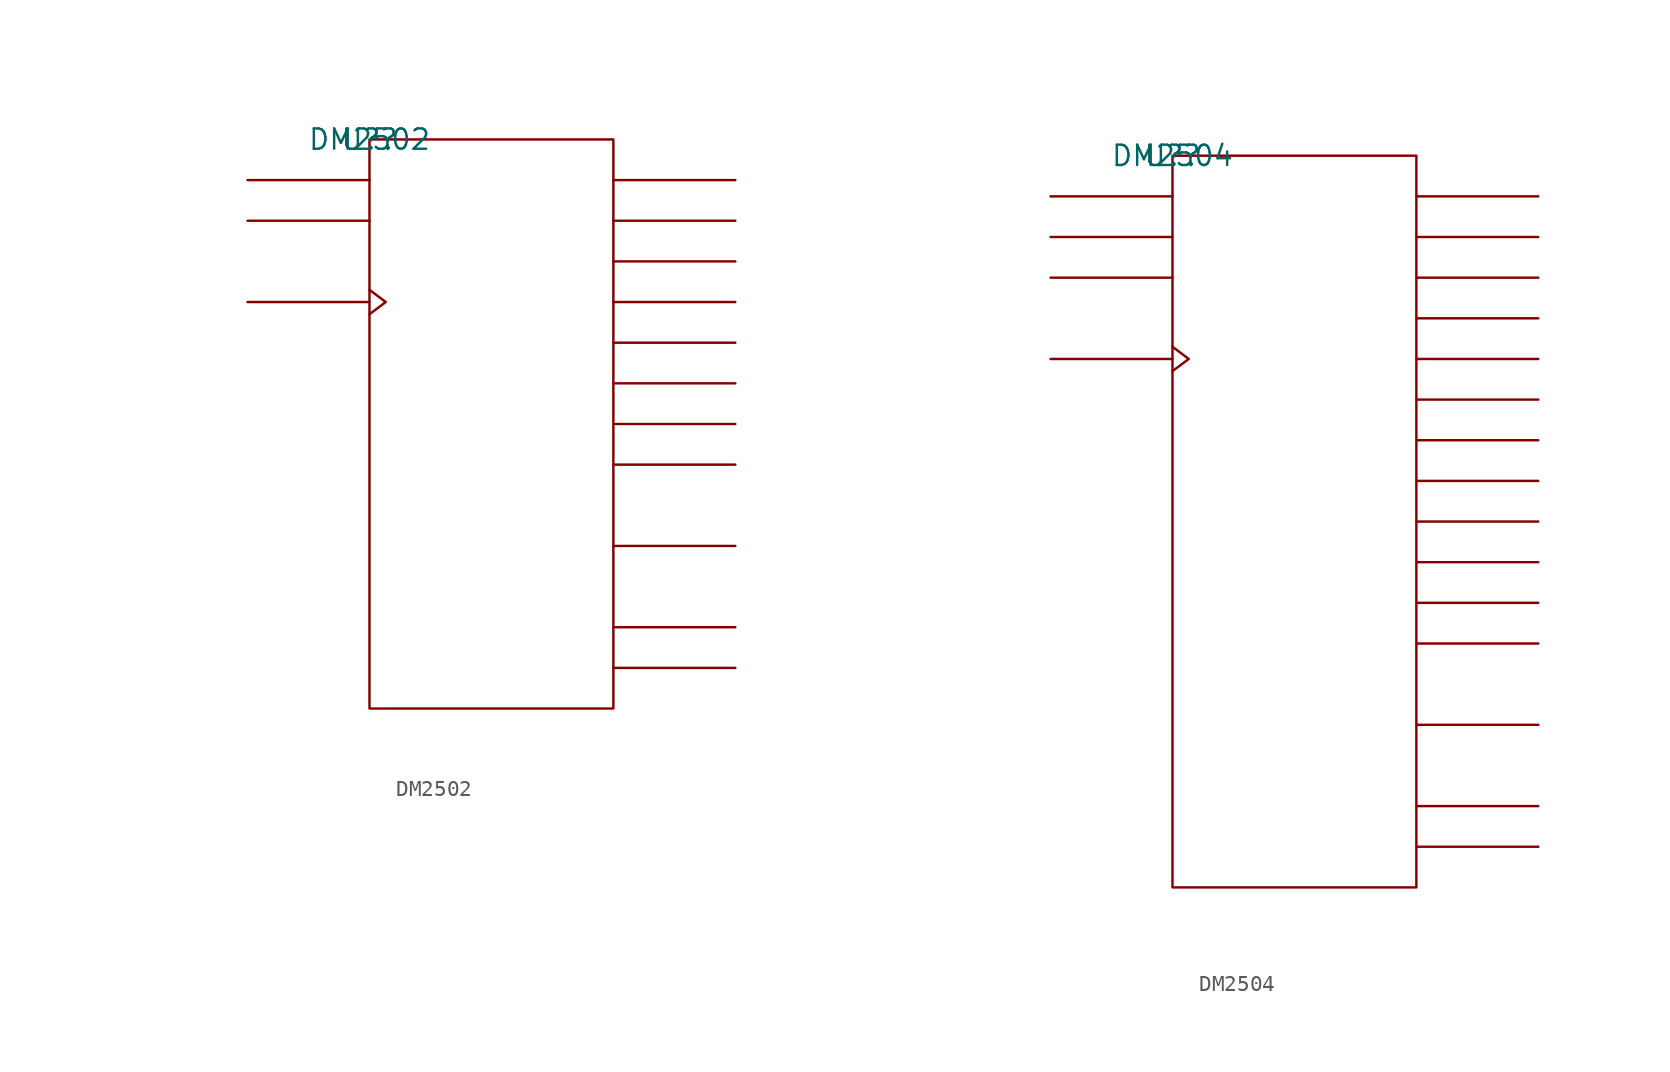
<source format=kicad_sym>
(kicad_symbol_lib
  (version 20211014)
  (generator kicad_symbol_editor)
  (symbol "DM2502"
    (pin_names
      (offset 0.762))
    (property "Reference" "U?"
      (at 0 0 0)
      (effects (font (size 1.27 1.27))))
    (property "Value" "DM2502"
      (at 0 0 0)
      (effects (font (size 1.27 1.27))))
    (symbol "DM2502_0_1"
      (rectangle (start 0 -35.56) (end 15.24 0) (stroke (width 0) (type default) (color 0 0 0 0)) (fill (type none)))
      (polyline (pts (xy 0 -10.16) (xy -7.62 -10.16)) (stroke (width 0) (type default) (color 0 0 0 0)) (fill (type none)))
      (polyline (pts (xy 0 -5.08) (xy -7.62 -5.08)) (stroke (width 0) (type default) (color 0 0 0 0)) (fill (type none)))
      (polyline (pts (xy 0 -2.54) (xy -7.62 -2.54)) (stroke (width 0) (type default) (color 0 0 0 0)) (fill (type none)))
      (polyline (pts (xy 15.24 -33.02) (xy 22.86 -33.02)) (stroke (width 0) (type default) (color 0 0 0 0)) (fill (type none)))
      (polyline (pts (xy 15.24 -30.48) (xy 22.86 -30.48)) (stroke (width 0) (type default) (color 0 0 0 0)) (fill (type none)))
      (polyline (pts (xy 15.24 -25.4) (xy 22.86 -25.4)) (stroke (width 0) (type default) (color 0 0 0 0)) (fill (type none)))
      (polyline (pts (xy 15.24 -20.32) (xy 22.86 -20.32)) (stroke (width 0) (type default) (color 0 0 0 0)) (fill (type none)))
      (polyline (pts (xy 15.24 -17.78) (xy 22.86 -17.78)) (stroke (width 0) (type default) (color 0 0 0 0)) (fill (type none)))
      (polyline (pts (xy 15.24 -15.24) (xy 22.86 -15.24)) (stroke (width 0) (type default) (color 0 0 0 0)) (fill (type none)))
      (polyline (pts (xy 15.24 -12.7) (xy 22.86 -12.7)) (stroke (width 0) (type default) (color 0 0 0 0)) (fill (type none)))
      (polyline (pts (xy 15.24 -10.16) (xy 22.86 -10.16)) (stroke (width 0) (type default) (color 0 0 0 0)) (fill (type none)))
      (polyline (pts (xy 15.24 -7.62) (xy 22.86 -7.62)) (stroke (width 0) (type default) (color 0 0 0 0)) (fill (type none)))
      (polyline (pts (xy 15.24 -5.08) (xy 22.86 -5.08)) (stroke (width 0) (type default) (color 0 0 0 0)) (fill (type none)))
      (polyline (pts (xy 15.24 -2.54) (xy 22.86 -2.54)) (stroke (width 0) (type default) (color 0 0 0 0)) (fill (type none)))
      (polyline (pts (xy 0 -9.398) (xy 1.016 -10.16) (xy 0 -10.922)) (stroke (width 0) (type default) (color 0 0 0 0)) (fill (type none))))
    (symbol "DM2502_1_1"
      (pin unspecified line (at 22.86 -33.02 180) (length 7.62) hide (name "DO" (effects (font (size 1.245 1.245)))) (number "1" (effects (font (size 1.245 1.245)))))
      (pin unspecified line (at -7.62 -5.08 0) (length 7.62) hide (name "S\\" (effects (font (size 1.245 1.245)))) (number "10" (effects (font (size 1.245 1.245)))))
      (pin unspecified line (at 22.86 -12.7 180) (length 7.62) hide (name "Q4" (effects (font (size 1.245 1.245)))) (number "11" (effects (font (size 1.245 1.245)))))
      (pin unspecified line (at 22.86 -15.24 180) (length 7.62) hide (name "Q5" (effects (font (size 1.245 1.245)))) (number "12" (effects (font (size 1.245 1.245)))))
      (pin unspecified line (at 22.86 -17.78 180) (length 7.62) hide (name "Q6" (effects (font (size 1.245 1.245)))) (number "13" (effects (font (size 1.245 1.245)))))
      (pin unspecified line (at 22.86 -20.32 180) (length 7.62) hide (name "Q7" (effects (font (size 1.245 1.245)))) (number "14" (effects (font (size 1.245 1.245)))))
      (pin unspecified line (at 22.86 -25.4 180) (length 7.62) hide (name "Q\\7\\" (effects (font (size 1.245 1.245)))) (number "15" (effects (font (size 1.245 1.245)))))
      (pin power_in line (at 5.08 0 0) (length 7.62) hide (name "VCC" (effects (font (size 1.245 1.245)))) (number "16" (effects (font (size 1.245 1.245)))))
      (pin unspecified line (at 22.86 -30.48 180) (length 7.62) hide (name "QCC" (effects (font (size 1.245 1.245)))) (number "2" (effects (font (size 1.245 1.245)))))
      (pin unspecified line (at 22.86 -2.54 180) (length 7.62) hide (name "Q0" (effects (font (size 1.245 1.245)))) (number "3" (effects (font (size 1.245 1.245)))))
      (pin unspecified line (at 22.86 -5.08 180) (length 7.62) hide (name "Q1" (effects (font (size 1.245 1.245)))) (number "4" (effects (font (size 1.245 1.245)))))
      (pin unspecified line (at 22.86 -7.62 180) (length 7.62) hide (name "Q2" (effects (font (size 1.245 1.245)))) (number "5" (effects (font (size 1.245 1.245)))))
      (pin unspecified line (at 22.86 -10.16 180) (length 7.62) hide (name "Q3" (effects (font (size 1.245 1.245)))) (number "6" (effects (font (size 1.245 1.245)))))
      (pin unspecified line (at -7.62 -2.54 0) (length 7.62) hide (name "D" (effects (font (size 1.245 1.245)))) (number "7" (effects (font (size 1.245 1.245)))))
      (pin power_in line (at 2.54 -35.56 0) (length 7.62) hide (name "GND" (effects (font (size 1.245 1.245)))) (number "8" (effects (font (size 1.245 1.245)))))
      (pin unspecified line (at -7.62 -10.16 180) (length 7.62) hide (name "CP" (effects (font (size 1.245 1.245)))) (number "9" (effects (font (size 1.245 1.245)))))))
  (symbol "DM2504"
    (pin_names
      (offset 0.762))
    (property "Reference" "U?"
      (at 0 0 0)
      (effects (font (size 1.27 1.27))))
    (property "Value" "DM2504"
      (at 0 0 0)
      (effects (font (size 1.27 1.27))))
    (symbol "DM2504_0_1"
      (rectangle (start 0 -45.72) (end 15.24 0) (stroke (width 0) (type default) (color 0 0 0 0)) (fill (type none)))
      (polyline (pts (xy 0 -12.7) (xy -7.62 -12.7)) (stroke (width 0) (type default) (color 0 0 0 0)) (fill (type none)))
      (polyline (pts (xy 0 -7.62) (xy -7.62 -7.62)) (stroke (width 0) (type default) (color 0 0 0 0)) (fill (type none)))
      (polyline (pts (xy 0 -5.08) (xy -7.62 -5.08)) (stroke (width 0) (type default) (color 0 0 0 0)) (fill (type none)))
      (polyline (pts (xy 0 -2.54) (xy -7.62 -2.54)) (stroke (width 0) (type default) (color 0 0 0 0)) (fill (type none)))
      (polyline (pts (xy 15.24 -43.18) (xy 22.86 -43.18)) (stroke (width 0) (type default) (color 0 0 0 0)) (fill (type none)))
      (polyline (pts (xy 15.24 -40.64) (xy 22.86 -40.64)) (stroke (width 0) (type default) (color 0 0 0 0)) (fill (type none)))
      (polyline (pts (xy 15.24 -35.56) (xy 22.86 -35.56)) (stroke (width 0) (type default) (color 0 0 0 0)) (fill (type none)))
      (polyline (pts (xy 15.24 -30.48) (xy 22.86 -30.48)) (stroke (width 0) (type default) (color 0 0 0 0)) (fill (type none)))
      (polyline (pts (xy 15.24 -27.94) (xy 22.86 -27.94)) (stroke (width 0) (type default) (color 0 0 0 0)) (fill (type none)))
      (polyline (pts (xy 15.24 -25.4) (xy 22.86 -25.4)) (stroke (width 0) (type default) (color 0 0 0 0)) (fill (type none)))
      (polyline (pts (xy 15.24 -22.86) (xy 22.86 -22.86)) (stroke (width 0) (type default) (color 0 0 0 0)) (fill (type none)))
      (polyline (pts (xy 15.24 -20.32) (xy 22.86 -20.32)) (stroke (width 0) (type default) (color 0 0 0 0)) (fill (type none)))
      (polyline (pts (xy 15.24 -17.78) (xy 22.86 -17.78)) (stroke (width 0) (type default) (color 0 0 0 0)) (fill (type none)))
      (polyline (pts (xy 15.24 -15.24) (xy 22.86 -15.24)) (stroke (width 0) (type default) (color 0 0 0 0)) (fill (type none)))
      (polyline (pts (xy 15.24 -12.7) (xy 22.86 -12.7)) (stroke (width 0) (type default) (color 0 0 0 0)) (fill (type none)))
      (polyline (pts (xy 15.24 -10.16) (xy 22.86 -10.16)) (stroke (width 0) (type default) (color 0 0 0 0)) (fill (type none)))
      (polyline (pts (xy 15.24 -7.62) (xy 22.86 -7.62)) (stroke (width 0) (type default) (color 0 0 0 0)) (fill (type none)))
      (polyline (pts (xy 15.24 -5.08) (xy 22.86 -5.08)) (stroke (width 0) (type default) (color 0 0 0 0)) (fill (type none)))
      (polyline (pts (xy 15.24 -2.54) (xy 22.86 -2.54)) (stroke (width 0) (type default) (color 0 0 0 0)) (fill (type none)))
      (polyline (pts (xy 0 -11.938) (xy 1.016 -12.7) (xy 0 -13.462)) (stroke (width 0) (type default) (color 0 0 0 0)) (fill (type none))))
    (symbol "DM2504_1_1"
      (pin unspecified line (at -7.62 -7.62 0) (length 7.62) hide (name "E\\" (effects (font (size 1.245 1.245)))) (number "1" (effects (font (size 1.245 1.245)))))
      (pin unspecified line (at -7.62 -2.54 0) (length 7.62) hide (name "D" (effects (font (size 1.245 1.245)))) (number "11" (effects (font (size 1.245 1.245)))))
      (pin power_in line (at 2.54 -45.72 0) (length 7.62) hide (name "GND" (effects (font (size 1.245 1.245)))) (number "12" (effects (font (size 1.245 1.245)))))
      (pin unspecified line (at -7.62 -12.7 180) (length 7.62) hide (name "CP" (effects (font (size 1.245 1.245)))) (number "13" (effects (font (size 1.245 1.245)))))
      (pin unspecified line (at -7.62 -5.08 0) (length 7.62) hide (name "S" (effects (font (size 1.245 1.245)))) (number "14" (effects (font (size 1.245 1.245)))))
      (pin unspecified line (at 22.86 -17.78 180) (length 7.62) hide (name "Q6" (effects (font (size 1.245 1.245)))) (number "16" (effects (font (size 1.245 1.245)))))
      (pin unspecified line (at 22.86 -20.32 180) (length 7.62) hide (name "Q7" (effects (font (size 1.245 1.245)))) (number "17" (effects (font (size 1.245 1.245)))))
      (pin unspecified line (at 22.86 -22.86 180) (length 7.62) hide (name "Q8" (effects (font (size 1.245 1.245)))) (number "18" (effects (font (size 1.245 1.245)))))
      (pin unspecified line (at 22.86 -25.4 180) (length 7.62) hide (name "Q9" (effects (font (size 1.245 1.245)))) (number "19" (effects (font (size 1.245 1.245)))))
      (pin unspecified line (at 22.86 -43.18 180) (length 7.62) hide (name "D02" (effects (font (size 1.245 1.245)))) (number "2" (effects (font (size 1.245 1.245)))))
      (pin unspecified line (at 22.86 -27.94 180) (length 7.62) hide (name "Q10" (effects (font (size 1.245 1.245)))) (number "20" (effects (font (size 1.245 1.245)))))
      (pin unspecified line (at 22.86 -30.48 180) (length 7.62) hide (name "Q11" (effects (font (size 1.245 1.245)))) (number "21" (effects (font (size 1.245 1.245)))))
      (pin unspecified line (at 22.86 -35.56 180) (length 7.62) hide (name "Q\\1\\1\\" (effects (font (size 1.245 1.245)))) (number "23" (effects (font (size 1.245 1.245)))))
      (pin power_in line (at 5.08 0 0) (length 7.62) hide (name "VCC" (effects (font (size 1.245 1.245)))) (number "24" (effects (font (size 1.245 1.245)))))
      (pin unspecified line (at 22.86 -40.64 180) (length 7.62) hide (name "QCC" (effects (font (size 1.245 1.245)))) (number "3" (effects (font (size 1.245 1.245)))))
      (pin unspecified line (at 22.86 -2.54 180) (length 7.62) hide (name "Q0" (effects (font (size 1.245 1.245)))) (number "4" (effects (font (size 1.245 1.245)))))
      (pin unspecified line (at 22.86 -5.08 180) (length 7.62) hide (name "Q1" (effects (font (size 1.245 1.245)))) (number "5" (effects (font (size 1.245 1.245)))))
      (pin unspecified line (at 22.86 -7.62 180) (length 7.62) hide (name "Q2" (effects (font (size 1.245 1.245)))) (number "6" (effects (font (size 1.245 1.245)))))
      (pin unspecified line (at 22.86 -10.16 180) (length 7.62) hide (name "Q3" (effects (font (size 1.245 1.245)))) (number "7" (effects (font (size 1.245 1.245)))))
      (pin unspecified line (at 22.86 -12.7 180) (length 7.62) hide (name "Q4" (effects (font (size 1.245 1.245)))) (number "8" (effects (font (size 1.245 1.245)))))
      (pin unspecified line (at 22.86 -15.24 180) (length 7.62) hide (name "Q5" (effects (font (size 1.245 1.245)))) (number "9" (effects (font (size 1.245 1.245))))))))
</source>
